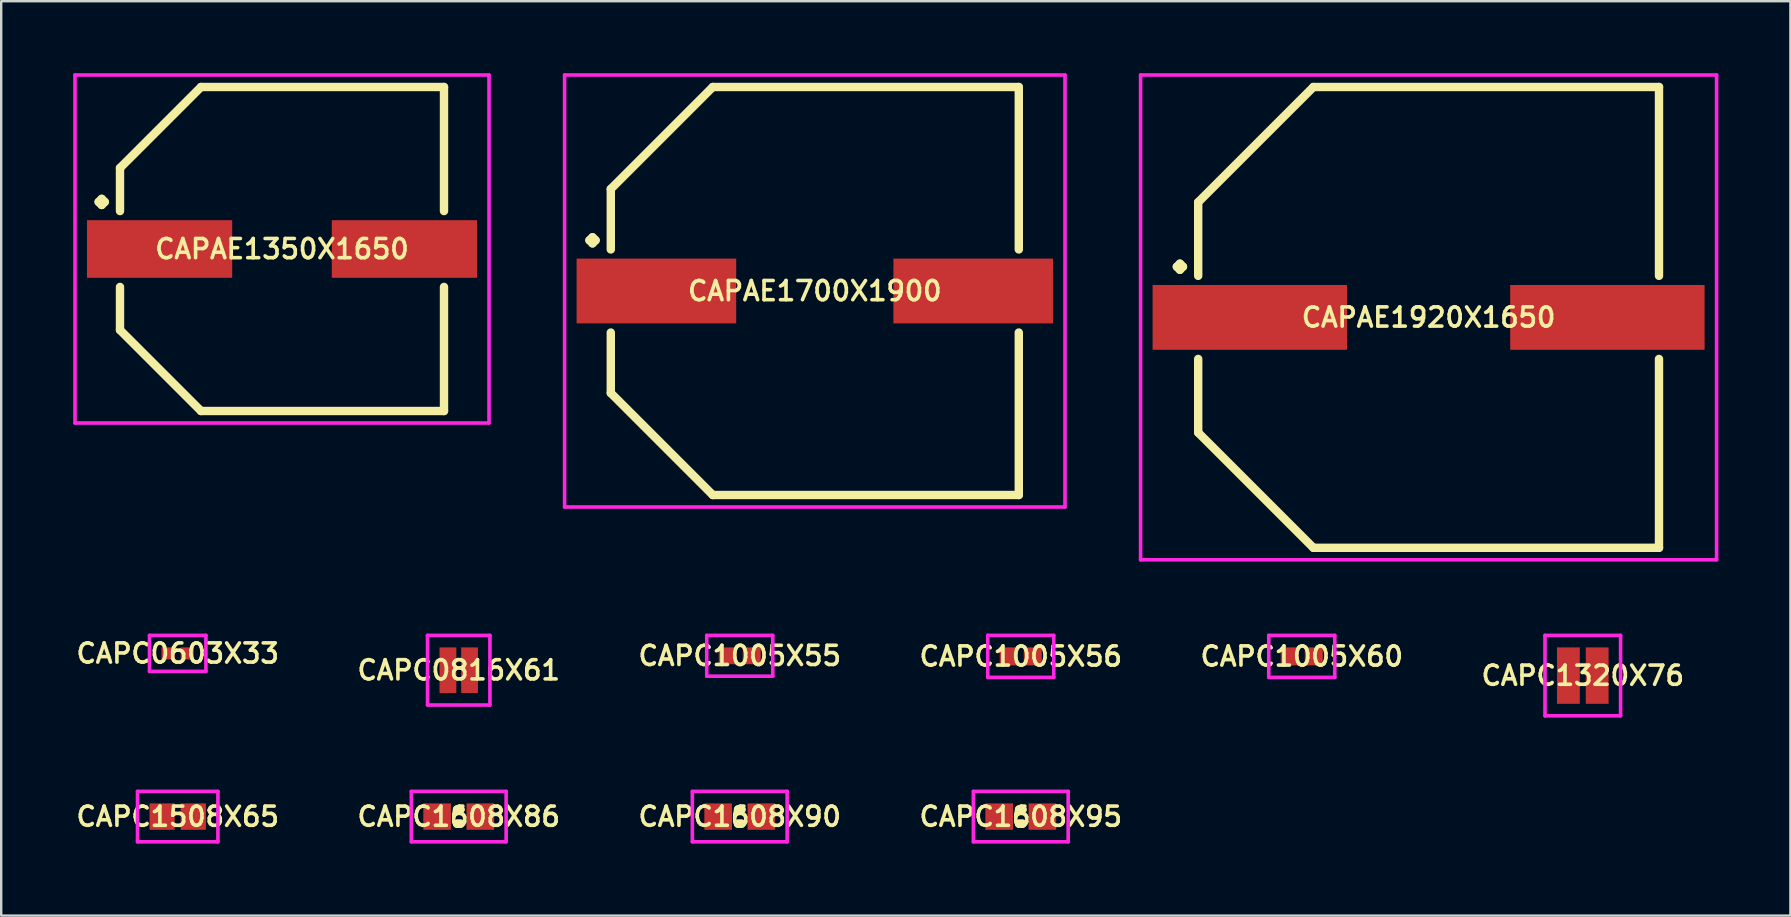
<source format=kicad_pcb>
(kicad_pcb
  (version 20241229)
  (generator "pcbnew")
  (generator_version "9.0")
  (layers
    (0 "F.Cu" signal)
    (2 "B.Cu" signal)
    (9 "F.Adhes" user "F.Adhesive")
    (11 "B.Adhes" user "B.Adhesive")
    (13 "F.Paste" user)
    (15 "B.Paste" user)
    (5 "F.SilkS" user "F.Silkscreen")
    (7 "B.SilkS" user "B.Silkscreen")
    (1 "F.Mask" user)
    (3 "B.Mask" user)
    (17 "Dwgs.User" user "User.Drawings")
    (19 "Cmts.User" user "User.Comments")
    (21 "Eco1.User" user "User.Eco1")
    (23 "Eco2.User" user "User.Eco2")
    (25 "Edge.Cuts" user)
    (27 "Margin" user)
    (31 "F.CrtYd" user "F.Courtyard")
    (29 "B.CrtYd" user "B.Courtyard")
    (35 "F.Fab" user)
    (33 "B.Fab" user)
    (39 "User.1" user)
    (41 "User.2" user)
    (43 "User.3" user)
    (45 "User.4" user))
  (footprint "CAPC1005X56"
    (layer "F.Cu")
    (at 39.482 24.3)
    (property "Reference" "CAPC1005X56" (at 0 0 0) (layer "F.SilkS") (effects (font (size 0.8 0.8) (thickness 0.15))))
    (attr smd)
    (fp_line (start -1.375 -0.875) (end 1.375 -0.875) (stroke (width 0.15) (type solid)) (layer "F.CrtYd"))
    (fp_line (start -1.375 0.875) (end -1.375 -0.875) (stroke (width 0.15) (type solid)) (layer "F.CrtYd"))
    (fp_line (start 1.375 -0.875) (end 1.375 0.875) (stroke (width 0.15) (type solid)) (layer "F.CrtYd"))
    (fp_line (start 1.375 0.875) (end -1.375 0.875) (stroke (width 0.15) (type solid)) (layer "F.CrtYd"))
    (pad "1" smd rect (at -0.5 0) (size 0.75 0.75) (layers "F.Cu" "F.Mask" "F.Paste"))
    (pad "2" smd rect (at 0.5 0) (size 0.75 0.75) (layers "F.Cu" "F.Mask" "F.Paste")))
  (footprint "CAPC1005X55"
    (layer "F.Cu")
    (at 27.773 24.275)
    (property "Reference" "CAPC1005X55" (at 0 0 0) (layer "F.SilkS") (effects (font (size 0.8 0.8) (thickness 0.15))))
    (attr smd)
    (fp_line (start -1.375 -0.85) (end 1.375 -0.85) (stroke (width 0.15) (type solid)) (layer "F.CrtYd"))
    (fp_line (start -1.375 0.85) (end -1.375 -0.85) (stroke (width 0.15) (type solid)) (layer "F.CrtYd"))
    (fp_line (start 1.375 -0.85) (end 1.375 0.85) (stroke (width 0.15) (type solid)) (layer "F.CrtYd"))
    (fp_line (start 1.375 0.85) (end -1.375 0.85) (stroke (width 0.15) (type solid)) (layer "F.CrtYd"))
    (pad "1" smd rect (at -0.5 0) (size 0.75 0.7) (layers "F.Cu" "F.Mask" "F.Paste"))
    (pad "2" smd rect (at 0.5 0) (size 0.75 0.7) (layers "F.Cu" "F.Mask" "F.Paste")))
  (footprint "CAPC0816X61"
    (layer "F.Cu")
    (at 16.064 24.875)
    (property "Reference" "CAPC0816X61" (at 0 0 0) (layer "F.SilkS") (effects (font (size 0.8 0.8) (thickness 0.15))))
    (attr smd)
    (fp_line (start -1.3 -1.45) (end 1.3 -1.45) (stroke (width 0.15) (type solid)) (layer "F.CrtYd"))
    (fp_line (start -1.3 1.45) (end -1.3 -1.45) (stroke (width 0.15) (type solid)) (layer "F.CrtYd"))
    (fp_line (start 1.3 -1.45) (end 1.3 1.45) (stroke (width 0.15) (type solid)) (layer "F.CrtYd"))
    (fp_line (start 1.3 1.45) (end -1.3 1.45) (stroke (width 0.15) (type solid)) (layer "F.CrtYd"))
    (pad "1" smd rect (at -0.45 0) (size 0.7 1.9) (layers "F.Cu" "F.Mask" "F.Paste"))
    (pad "2" smd rect (at 0.45 0) (size 0.7 1.9) (layers "F.Cu" "F.Mask" "F.Paste")))
  (footprint "CAPC1005X60"
    (layer "F.Cu")
    (at 51.191 24.3)
    (property "Reference" "CAPC1005X60" (at 0 0 0) (layer "F.SilkS") (effects (font (size 0.8 0.8) (thickness 0.15))))
    (attr smd)
    (fp_line (start -1.375 -0.875) (end 1.375 -0.875) (stroke (width 0.15) (type solid)) (layer "F.CrtYd"))
    (fp_line (start -1.375 0.875) (end -1.375 -0.875) (stroke (width 0.15) (type solid)) (layer "F.CrtYd"))
    (fp_line (start 1.375 -0.875) (end 1.375 0.875) (stroke (width 0.15) (type solid)) (layer "F.CrtYd"))
    (fp_line (start 1.375 0.875) (end -1.375 0.875) (stroke (width 0.15) (type solid)) (layer "F.CrtYd"))
    (pad "1" smd rect (at -0.5 0) (size 0.75 0.75) (layers "F.Cu" "F.Mask" "F.Paste"))
    (pad "2" smd rect (at 0.5 0) (size 0.75 0.75) (layers "F.Cu" "F.Mask" "F.Paste")))
  (footprint "CAPAE1920X1650"
    (layer "F.Cu")
    (at 56.475 10.175)
    (property "Reference" "CAPAE1920X1650" (at 0 0 0) (layer "F.SilkS") (effects (font (size 0.8 0.8) (thickness 0.15))))
    (attr smd)
    (fp_line (start -10.489 -2.112) (end -10.362 -2.239) (stroke (width 0.35) (type solid)) (layer "F.SilkS"))
    (fp_line (start -10.362 -2.239) (end -10.235 -2.112) (stroke (width 0.35) (type solid)) (layer "F.SilkS"))
    (fp_line (start -10.362 -1.985) (end -10.489 -2.112) (stroke (width 0.35) (type solid)) (layer "F.SilkS"))
    (fp_line (start -10.235 -2.112) (end -10.362 -1.985) (stroke (width 0.35) (type solid)) (layer "F.SilkS"))
    (fp_line (start -9.6 -4.8) (end -9.6 -1.731) (stroke (width 0.35) (type solid)) (layer "F.SilkS"))
    (fp_line (start -9.6 4.8) (end -9.6 1.731) (stroke (width 0.35) (type solid)) (layer "F.SilkS"))
    (fp_line (start -4.8 -9.6) (end -9.6 -4.8) (stroke (width 0.35) (type solid)) (layer "F.SilkS"))
    (fp_line (start -4.8 9.6) (end -9.6 4.8) (stroke (width 0.35) (type solid)) (layer "F.SilkS"))
    (fp_line (start 9.6 -9.6) (end -4.8 -9.6) (stroke (width 0.35) (type solid)) (layer "F.SilkS"))
    (fp_line (start 9.6 -1.731) (end 9.6 -9.6) (stroke (width 0.35) (type solid)) (layer "F.SilkS"))
    (fp_line (start 9.6 1.731) (end 9.6 9.6) (stroke (width 0.35) (type solid)) (layer "F.SilkS"))
    (fp_line (start 9.6 9.6) (end -4.8 9.6) (stroke (width 0.35) (type solid)) (layer "F.SilkS"))
    (fp_line (start -12 -10.1) (end 12 -10.1) (stroke (width 0.15) (type solid)) (layer "F.CrtYd"))
    (fp_line (start -12 10.1) (end -12 -10.1) (stroke (width 0.15) (type solid)) (layer "F.CrtYd"))
    (fp_line (start 12 -10.1) (end 12 10.1) (stroke (width 0.15) (type solid)) (layer "F.CrtYd"))
    (fp_line (start 12 10.1) (end -12 10.1) (stroke (width 0.15) (type solid)) (layer "F.CrtYd"))
    (pad "1" smd rect (at -7.45 0) (size 8.1 2.7) (layers "F.Cu" "F.Mask" "F.Paste"))
    (pad "2" smd rect (at 7.45 0) (size 8.1 2.7) (layers "F.Cu" "F.Mask" "F.Paste")))
  (footprint "CAPC1320X76"
    (layer "F.Cu")
    (at 62.9 25.1)
    (property "Reference" "CAPC1320X76" (at 0 0 0) (layer "F.SilkS") (effects (font (size 0.8 0.8) (thickness 0.15))))
    (attr smd)
    (fp_line (start -1.575 -1.675) (end 1.575 -1.675) (stroke (width 0.15) (type solid)) (layer "F.CrtYd"))
    (fp_line (start -1.575 1.675) (end -1.575 -1.675) (stroke (width 0.15) (type solid)) (layer "F.CrtYd"))
    (fp_line (start 1.575 -1.675) (end 1.575 1.675) (stroke (width 0.15) (type solid)) (layer "F.CrtYd"))
    (fp_line (start 1.575 1.675) (end -1.575 1.675) (stroke (width 0.15) (type solid)) (layer "F.CrtYd"))
    (pad "1" smd rect (at -0.6 0) (size 0.95 2.35) (layers "F.Cu" "F.Mask" "F.Paste"))
    (pad "2" smd rect (at 0.6 0) (size 0.95 2.35) (layers "F.Cu" "F.Mask" "F.Paste")))
  (footprint "CAPC0603X33"
    (layer "F.Cu")
    (at 4.355 24.175)
    (property "Reference" "CAPC0603X33" (at 0 0 0) (layer "F.SilkS") (effects (font (size 0.8 0.8) (thickness 0.15))))
    (attr smd)
    (fp_line (start -1.175 -0.75) (end 1.175 -0.75) (stroke (width 0.15) (type solid)) (layer "F.CrtYd"))
    (fp_line (start -1.175 0.75) (end -1.175 -0.75) (stroke (width 0.15) (type solid)) (layer "F.CrtYd"))
    (fp_line (start 1.175 -0.75) (end 1.175 0.75) (stroke (width 0.15) (type solid)) (layer "F.CrtYd"))
    (fp_line (start 1.175 0.75) (end -1.175 0.75) (stroke (width 0.15) (type solid)) (layer "F.CrtYd"))
    (pad "1" smd rect (at -0.4 0) (size 0.55 0.5) (layers "F.Cu" "F.Mask" "F.Paste"))
    (pad "2" smd rect (at 0.4 0) (size 0.55 0.5) (layers "F.Cu" "F.Mask" "F.Paste")))
  (footprint "CAPC1608X86"
    (layer "F.Cu")
    (at 16.064 30.975)
    (property "Reference" "CAPC1608X86" (at 0 0 0) (layer "F.SilkS") (effects (font (size 0.8 0.8) (thickness 0.15))))
    (attr smd)
    (fp_line (start -0.071 -0.296) (end 0.071 -0.296) (stroke (width 0.35) (type solid)) (layer "F.SilkS"))
    (fp_line (start -0.071 0.296) (end 0.071 0.296) (stroke (width 0.35) (type solid)) (layer "F.SilkS"))
    (fp_line (start 0.071 -0.296) (end -0.071 -0.296) (stroke (width 0.35) (type solid)) (layer "F.SilkS"))
    (fp_line (start 0.071 0.296) (end -0.071 0.296) (stroke (width 0.35) (type solid)) (layer "F.SilkS"))
    (fp_line (start -1.975 -1.05) (end 1.975 -1.05) (stroke (width 0.15) (type solid)) (layer "F.CrtYd"))
    (fp_line (start -1.975 1.05) (end -1.975 -1.05) (stroke (width 0.15) (type solid)) (layer "F.CrtYd"))
    (fp_line (start 1.975 -1.05) (end 1.975 1.05) (stroke (width 0.15) (type solid)) (layer "F.CrtYd"))
    (fp_line (start 1.975 1.05) (end -1.975 1.05) (stroke (width 0.15) (type solid)) (layer "F.CrtYd"))
    (pad "1" smd rect (at -0.9 0) (size 1.15 1.1) (layers "F.Cu" "F.Mask" "F.Paste"))
    (pad "2" smd rect (at 0.9 0) (size 1.15 1.1) (layers "F.Cu" "F.Mask" "F.Paste")))
  (footprint "CAPC1508X65"
    (layer "F.Cu")
    (at 4.355 30.975)
    (property "Reference" "CAPC1508X65" (at 0 0 0) (layer "F.SilkS") (effects (font (size 0.8 0.8) (thickness 0.15))))
    (attr smd)
    (fp_line (start -1.675 -1.05) (end 1.675 -1.05) (stroke (width 0.15) (type solid)) (layer "F.CrtYd"))
    (fp_line (start -1.675 1.05) (end -1.675 -1.05) (stroke (width 0.15) (type solid)) (layer "F.CrtYd"))
    (fp_line (start 1.675 -1.05) (end 1.675 1.05) (stroke (width 0.15) (type solid)) (layer "F.CrtYd"))
    (fp_line (start 1.675 1.05) (end -1.675 1.05) (stroke (width 0.15) (type solid)) (layer "F.CrtYd"))
    (pad "1" smd rect (at -0.65 0) (size 1.05 1.1) (layers "F.Cu" "F.Mask" "F.Paste"))
    (pad "2" smd rect (at 0.65 0) (size 1.05 1.1) (layers "F.Cu" "F.Mask" "F.Paste")))
  (footprint "CAPAE1350X1650"
    (layer "F.Cu")
    (at 8.7 7.325)
    (property "Reference" "CAPAE1350X1650" (at 0 0 0) (layer "F.SilkS") (effects (font (size 0.8 0.8) (thickness 0.15))))
    (attr smd)
    (fp_line (start -7.639 -1.962) (end -7.512 -2.089) (stroke (width 0.35) (type solid)) (layer "F.SilkS"))
    (fp_line (start -7.512 -2.089) (end -7.385 -1.962) (stroke (width 0.35) (type solid)) (layer "F.SilkS"))
    (fp_line (start -7.512 -1.835) (end -7.639 -1.962) (stroke (width 0.35) (type solid)) (layer "F.SilkS"))
    (fp_line (start -7.385 -1.962) (end -7.512 -1.835) (stroke (width 0.35) (type solid)) (layer "F.SilkS"))
    (fp_line (start -6.75 -3.375) (end -6.75 -1.581) (stroke (width 0.35) (type solid)) (layer "F.SilkS"))
    (fp_line (start -6.75 3.375) (end -6.75 1.581) (stroke (width 0.35) (type solid)) (layer "F.SilkS"))
    (fp_line (start -3.375 -6.75) (end -6.75 -3.375) (stroke (width 0.35) (type solid)) (layer "F.SilkS"))
    (fp_line (start -3.375 6.75) (end -6.75 3.375) (stroke (width 0.35) (type solid)) (layer "F.SilkS"))
    (fp_line (start 6.75 -6.75) (end -3.375 -6.75) (stroke (width 0.35) (type solid)) (layer "F.SilkS"))
    (fp_line (start 6.75 -1.581) (end 6.75 -6.75) (stroke (width 0.35) (type solid)) (layer "F.SilkS"))
    (fp_line (start 6.75 1.581) (end 6.75 6.75) (stroke (width 0.35) (type solid)) (layer "F.SilkS"))
    (fp_line (start 6.75 6.75) (end -3.375 6.75) (stroke (width 0.35) (type solid)) (layer "F.SilkS"))
    (fp_line (start -8.625 -7.25) (end 8.625 -7.25) (stroke (width 0.15) (type solid)) (layer "F.CrtYd"))
    (fp_line (start -8.625 7.25) (end -8.625 -7.25) (stroke (width 0.15) (type solid)) (layer "F.CrtYd"))
    (fp_line (start 8.625 -7.25) (end 8.625 7.25) (stroke (width 0.15) (type solid)) (layer "F.CrtYd"))
    (fp_line (start 8.625 7.25) (end -8.625 7.25) (stroke (width 0.15) (type solid)) (layer "F.CrtYd"))
    (pad "1" smd rect (at -5.1 0) (size 6.05 2.4) (layers "F.Cu" "F.Mask" "F.Paste"))
    (pad "2" smd rect (at 5.1 0) (size 6.05 2.4) (layers "F.Cu" "F.Mask" "F.Paste")))
  (footprint "CAPC1608X90"
    (layer "F.Cu")
    (at 27.773 30.975)
    (property "Reference" "CAPC1608X90" (at 0 0 0) (layer "F.SilkS") (effects (font (size 0.8 0.8) (thickness 0.15))))
    (attr smd)
    (fp_line (start -0.071 -0.296) (end 0.071 -0.296) (stroke (width 0.35) (type solid)) (layer "F.SilkS"))
    (fp_line (start -0.071 0.296) (end 0.071 0.296) (stroke (width 0.35) (type solid)) (layer "F.SilkS"))
    (fp_line (start 0.071 -0.296) (end -0.071 -0.296) (stroke (width 0.35) (type solid)) (layer "F.SilkS"))
    (fp_line (start 0.071 0.296) (end -0.071 0.296) (stroke (width 0.35) (type solid)) (layer "F.SilkS"))
    (fp_line (start -1.975 -1.05) (end 1.975 -1.05) (stroke (width 0.15) (type solid)) (layer "F.CrtYd"))
    (fp_line (start -1.975 1.05) (end -1.975 -1.05) (stroke (width 0.15) (type solid)) (layer "F.CrtYd"))
    (fp_line (start 1.975 -1.05) (end 1.975 1.05) (stroke (width 0.15) (type solid)) (layer "F.CrtYd"))
    (fp_line (start 1.975 1.05) (end -1.975 1.05) (stroke (width 0.15) (type solid)) (layer "F.CrtYd"))
    (pad "1" smd rect (at -0.9 0) (size 1.15 1.1) (layers "F.Cu" "F.Mask" "F.Paste"))
    (pad "2" smd rect (at 0.9 0) (size 1.15 1.1) (layers "F.Cu" "F.Mask" "F.Paste")))
  (footprint "CAPC1608X95"
    (layer "F.Cu")
    (at 39.482 30.975)
    (property "Reference" "CAPC1608X95" (at 0 0 0) (layer "F.SilkS") (effects (font (size 0.8 0.8) (thickness 0.15))))
    (attr smd)
    (fp_line (start -0.071 -0.296) (end 0.071 -0.296) (stroke (width 0.35) (type solid)) (layer "F.SilkS"))
    (fp_line (start -0.071 0.296) (end 0.071 0.296) (stroke (width 0.35) (type solid)) (layer "F.SilkS"))
    (fp_line (start 0.071 -0.296) (end -0.071 -0.296) (stroke (width 0.35) (type solid)) (layer "F.SilkS"))
    (fp_line (start 0.071 0.296) (end -0.071 0.296) (stroke (width 0.35) (type solid)) (layer "F.SilkS"))
    (fp_line (start -1.975 -1.05) (end 1.975 -1.05) (stroke (width 0.15) (type solid)) (layer "F.CrtYd"))
    (fp_line (start -1.975 1.05) (end -1.975 -1.05) (stroke (width 0.15) (type solid)) (layer "F.CrtYd"))
    (fp_line (start 1.975 -1.05) (end 1.975 1.05) (stroke (width 0.15) (type solid)) (layer "F.CrtYd"))
    (fp_line (start 1.975 1.05) (end -1.975 1.05) (stroke (width 0.15) (type solid)) (layer "F.CrtYd"))
    (pad "1" smd rect (at -0.9 0) (size 1.15 1.1) (layers "F.Cu" "F.Mask" "F.Paste"))
    (pad "2" smd rect (at 0.9 0) (size 1.15 1.1) (layers "F.Cu" "F.Mask" "F.Paste")))
  (footprint "CAPAE1700X1900"
    (layer "F.Cu")
    (at 30.9 9.075)
    (property "Reference" "CAPAE1700X1900" (at 0 0 0) (layer "F.SilkS") (effects (font (size 0.8 0.8) (thickness 0.15))))
    (attr smd)
    (fp_line (start -9.389 -2.112) (end -9.262 -2.239) (stroke (width 0.35) (type solid)) (layer "F.SilkS"))
    (fp_line (start -9.262 -2.239) (end -9.135 -2.112) (stroke (width 0.35) (type solid)) (layer "F.SilkS"))
    (fp_line (start -9.262 -1.985) (end -9.389 -2.112) (stroke (width 0.35) (type solid)) (layer "F.SilkS"))
    (fp_line (start -9.135 -2.112) (end -9.262 -1.985) (stroke (width 0.35) (type solid)) (layer "F.SilkS"))
    (fp_line (start -8.5 -4.25) (end -8.5 -1.731) (stroke (width 0.35) (type solid)) (layer "F.SilkS"))
    (fp_line (start -8.5 4.25) (end -8.5 1.731) (stroke (width 0.35) (type solid)) (layer "F.SilkS"))
    (fp_line (start -4.25 -8.5) (end -8.5 -4.25) (stroke (width 0.35) (type solid)) (layer "F.SilkS"))
    (fp_line (start -4.25 8.5) (end -8.5 4.25) (stroke (width 0.35) (type solid)) (layer "F.SilkS"))
    (fp_line (start 8.5 -8.5) (end -4.25 -8.5) (stroke (width 0.35) (type solid)) (layer "F.SilkS"))
    (fp_line (start 8.5 -1.731) (end 8.5 -8.5) (stroke (width 0.35) (type solid)) (layer "F.SilkS"))
    (fp_line (start 8.5 1.731) (end 8.5 8.5) (stroke (width 0.35) (type solid)) (layer "F.SilkS"))
    (fp_line (start 8.5 8.5) (end -4.25 8.5) (stroke (width 0.35) (type solid)) (layer "F.SilkS"))
    (fp_line (start -10.425 -9) (end 10.425 -9) (stroke (width 0.15) (type solid)) (layer "F.CrtYd"))
    (fp_line (start -10.425 9) (end -10.425 -9) (stroke (width 0.15) (type solid)) (layer "F.CrtYd"))
    (fp_line (start 10.425 -9) (end 10.425 9) (stroke (width 0.15) (type solid)) (layer "F.CrtYd"))
    (fp_line (start 10.425 9) (end -10.425 9) (stroke (width 0.15) (type solid)) (layer "F.CrtYd"))
    (pad "1" smd rect (at -6.6 0) (size 6.65 2.7) (layers "F.Cu" "F.Mask" "F.Paste"))
    (pad "2" smd rect (at 6.6 0) (size 6.65 2.7) (layers "F.Cu" "F.Mask" "F.Paste")))
  (gr_rect
    (start -3 -3)
    (end 71.55 35.1)
    (stroke (width 0.1) (type default))
    (fill no)
    (layer "Edge.Cuts")))
</source>
